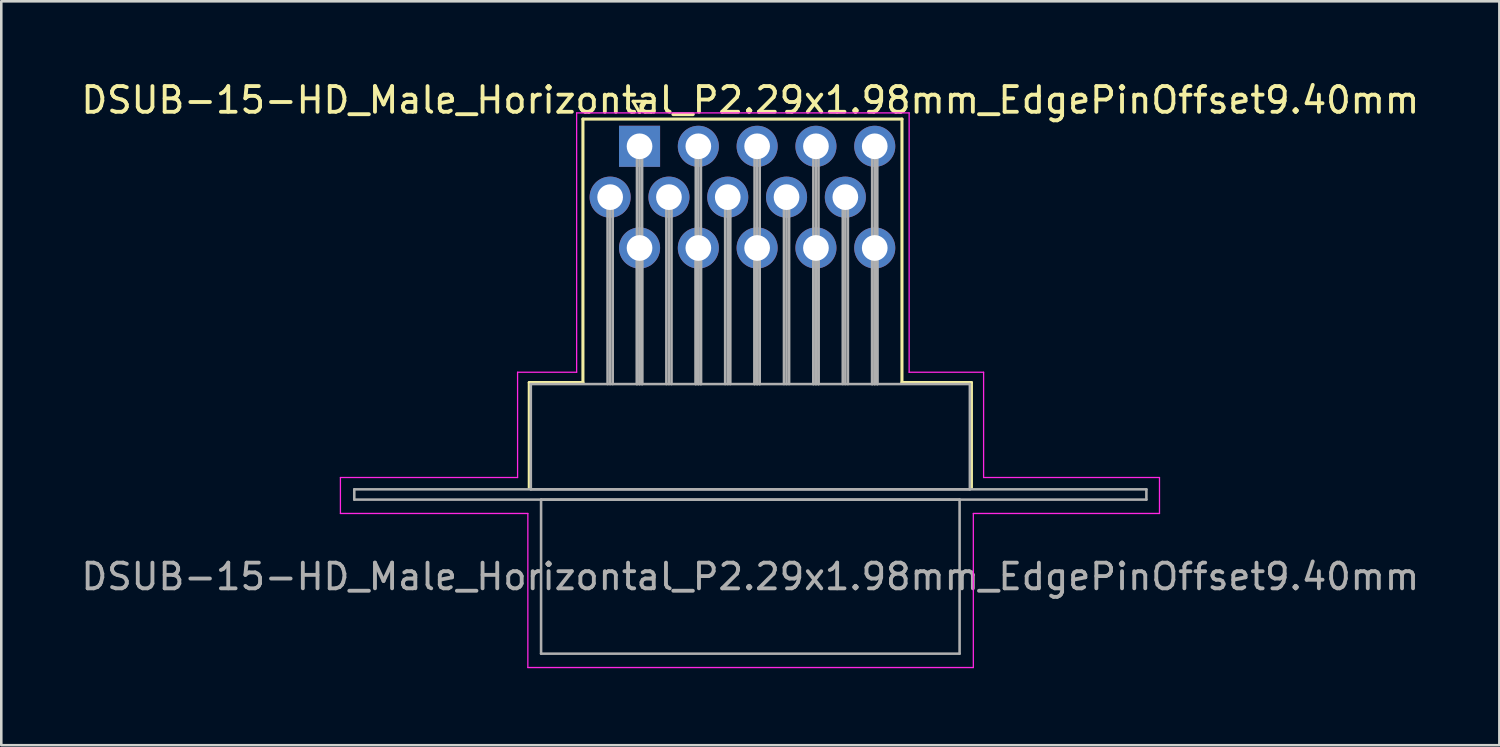
<source format=kicad_pcb>
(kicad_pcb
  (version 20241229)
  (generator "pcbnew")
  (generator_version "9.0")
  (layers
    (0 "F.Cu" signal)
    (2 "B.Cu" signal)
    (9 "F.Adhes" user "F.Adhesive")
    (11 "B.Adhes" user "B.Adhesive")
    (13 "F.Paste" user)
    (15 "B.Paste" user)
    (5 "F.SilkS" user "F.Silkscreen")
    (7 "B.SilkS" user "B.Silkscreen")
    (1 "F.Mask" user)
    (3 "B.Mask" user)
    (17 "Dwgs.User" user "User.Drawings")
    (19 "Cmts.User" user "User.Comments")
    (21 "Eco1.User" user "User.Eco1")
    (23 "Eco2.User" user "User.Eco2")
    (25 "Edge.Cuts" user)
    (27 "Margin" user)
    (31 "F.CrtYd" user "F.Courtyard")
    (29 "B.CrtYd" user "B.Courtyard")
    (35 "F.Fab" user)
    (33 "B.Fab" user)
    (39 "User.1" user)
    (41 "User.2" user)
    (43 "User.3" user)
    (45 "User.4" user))
  (footprint "DSUB-15-HD_Male_Horizontal_P2.29x1.98mm_EdgePinOffset9.40mm"
    (layer "F.Cu")
    (at 21.858 2.648)
    (property "Reference" "DSUB-15-HD_Male_Horizontal_P2.29x1.98mm_EdgePinOffset9.40mm" (at 4.315 -1.8 0) (layer "F.SilkS") (effects (font (size 1 1) (thickness 0.15))))
    (attr through_hole)
    (fp_line (start -4.295 9.2) (end -2.205 9.2) (stroke (width 0.12) (type solid)) (layer "F.SilkS"))
    (fp_line (start -4.295 13.3) (end -4.295 9.2) (stroke (width 0.12) (type solid)) (layer "F.SilkS"))
    (fp_line (start -2.205 -1.06) (end 10.22 -1.06) (stroke (width 0.12) (type solid)) (layer "F.SilkS"))
    (fp_line (start -2.205 9.2) (end -2.205 -1.06) (stroke (width 0.12) (type solid)) (layer "F.SilkS"))
    (fp_line (start -0.25 -1.754) (end 0.25 -1.754) (stroke (width 0.12) (type solid)) (layer "F.SilkS"))
    (fp_line (start 0 -1.321) (end -0.25 -1.754) (stroke (width 0.12) (type solid)) (layer "F.SilkS"))
    (fp_line (start 0.25 -1.754) (end 0 -1.321) (stroke (width 0.12) (type solid)) (layer "F.SilkS"))
    (fp_line (start 10.22 -1.06) (end 10.22 9.2) (stroke (width 0.12) (type solid)) (layer "F.SilkS"))
    (fp_line (start 10.22 9.2) (end 12.925 9.2) (stroke (width 0.12) (type solid)) (layer "F.SilkS"))
    (fp_line (start 12.925 9.2) (end 12.925 13.3) (stroke (width 0.12) (type solid)) (layer "F.SilkS"))
    (fp_line (start -11.65 12.9) (end -4.75 12.9) (stroke (width 0.05) (type solid)) (layer "F.CrtYd"))
    (fp_line (start -11.65 14.3) (end -11.65 12.9) (stroke (width 0.05) (type solid)) (layer "F.CrtYd"))
    (fp_line (start -4.75 8.8) (end -2.45 8.8) (stroke (width 0.05) (type solid)) (layer "F.CrtYd"))
    (fp_line (start -4.75 12.9) (end -4.75 8.8) (stroke (width 0.05) (type solid)) (layer "F.CrtYd"))
    (fp_line (start -4.35 14.3) (end -11.65 14.3) (stroke (width 0.05) (type solid)) (layer "F.CrtYd"))
    (fp_line (start -4.35 20.3) (end -4.35 14.3) (stroke (width 0.05) (type solid)) (layer "F.CrtYd"))
    (fp_line (start -2.45 -1.3) (end 10.5 -1.3) (stroke (width 0.05) (type solid)) (layer "F.CrtYd"))
    (fp_line (start -2.45 8.8) (end -2.45 -1.3) (stroke (width 0.05) (type solid)) (layer "F.CrtYd"))
    (fp_line (start 10.5 -1.3) (end 10.5 8.8) (stroke (width 0.05) (type solid)) (layer "F.CrtYd"))
    (fp_line (start 10.5 8.8) (end 13.4 8.8) (stroke (width 0.05) (type solid)) (layer "F.CrtYd"))
    (fp_line (start 13 14.3) (end 13 20.3) (stroke (width 0.05) (type solid)) (layer "F.CrtYd"))
    (fp_line (start 13 20.3) (end -4.35 20.3) (stroke (width 0.05) (type solid)) (layer "F.CrtYd"))
    (fp_line (start 13.4 8.8) (end 13.4 12.9) (stroke (width 0.05) (type solid)) (layer "F.CrtYd"))
    (fp_line (start 13.4 12.9) (end 20.25 12.9) (stroke (width 0.05) (type solid)) (layer "F.CrtYd"))
    (fp_line (start 20.25 12.9) (end 20.25 14.3) (stroke (width 0.05) (type solid)) (layer "F.CrtYd"))
    (fp_line (start 20.25 14.3) (end 13 14.3) (stroke (width 0.05) (type solid)) (layer "F.CrtYd"))
    (fp_line (start -11.11 13.36) (end -11.11 13.76) (stroke (width 0.1) (type solid)) (layer "F.Fab"))
    (fp_line (start -11.11 13.76) (end 19.74 13.76) (stroke (width 0.1) (type solid)) (layer "F.Fab"))
    (fp_line (start -4.235 9.26) (end -4.235 13.36) (stroke (width 0.1) (type solid)) (layer "F.Fab"))
    (fp_line (start -4.235 13.36) (end 12.865 13.36) (stroke (width 0.1) (type solid)) (layer "F.Fab"))
    (fp_line (start -3.835 13.76) (end -3.835 19.76) (stroke (width 0.1) (type solid)) (layer "F.Fab"))
    (fp_line (start -3.835 19.76) (end 12.465 19.76) (stroke (width 0.1) (type solid)) (layer "F.Fab"))
    (fp_line (start -1.245 1.98) (end -1.245 9.26) (stroke (width 0.1) (type solid)) (layer "F.Fab"))
    (fp_line (start -1.145 1.98) (end -1.145 9.26) (stroke (width 0.1) (type solid)) (layer "F.Fab"))
    (fp_line (start -1.045 1.98) (end -1.045 9.26) (stroke (width 0.1) (type solid)) (layer "F.Fab"))
    (fp_line (start -0.1 0) (end -0.1 9.26) (stroke (width 0.1) (type solid)) (layer "F.Fab"))
    (fp_line (start -0.1 3.96) (end -0.1 9.26) (stroke (width 0.1) (type solid)) (layer "F.Fab"))
    (fp_line (start 0 0) (end 0 9.26) (stroke (width 0.1) (type solid)) (layer "F.Fab"))
    (fp_line (start 0 3.96) (end 0 9.26) (stroke (width 0.1) (type solid)) (layer "F.Fab"))
    (fp_line (start 0.1 0) (end 0.1 9.26) (stroke (width 0.1) (type solid)) (layer "F.Fab"))
    (fp_line (start 0.1 3.96) (end 0.1 9.26) (stroke (width 0.1) (type solid)) (layer "F.Fab"))
    (fp_line (start 1.045 1.98) (end 1.045 9.26) (stroke (width 0.1) (type solid)) (layer "F.Fab"))
    (fp_line (start 1.145 1.98) (end 1.145 9.26) (stroke (width 0.1) (type solid)) (layer "F.Fab"))
    (fp_line (start 1.245 1.98) (end 1.245 9.26) (stroke (width 0.1) (type solid)) (layer "F.Fab"))
    (fp_line (start 2.19 0) (end 2.19 9.26) (stroke (width 0.1) (type solid)) (layer "F.Fab"))
    (fp_line (start 2.19 3.96) (end 2.19 9.26) (stroke (width 0.1) (type solid)) (layer "F.Fab"))
    (fp_line (start 2.29 0) (end 2.29 9.26) (stroke (width 0.1) (type solid)) (layer "F.Fab"))
    (fp_line (start 2.29 3.96) (end 2.29 9.26) (stroke (width 0.1) (type solid)) (layer "F.Fab"))
    (fp_line (start 2.39 0) (end 2.39 9.26) (stroke (width 0.1) (type solid)) (layer "F.Fab"))
    (fp_line (start 2.39 3.96) (end 2.39 9.26) (stroke (width 0.1) (type solid)) (layer "F.Fab"))
    (fp_line (start 3.335 1.98) (end 3.335 9.26) (stroke (width 0.1) (type solid)) (layer "F.Fab"))
    (fp_line (start 3.435 1.98) (end 3.435 9.26) (stroke (width 0.1) (type solid)) (layer "F.Fab"))
    (fp_line (start 3.535 1.98) (end 3.535 9.26) (stroke (width 0.1) (type solid)) (layer "F.Fab"))
    (fp_line (start 4.48 0) (end 4.48 9.26) (stroke (width 0.1) (type solid)) (layer "F.Fab"))
    (fp_line (start 4.48 3.96) (end 4.48 9.26) (stroke (width 0.1) (type solid)) (layer "F.Fab"))
    (fp_line (start 4.58 0) (end 4.58 9.26) (stroke (width 0.1) (type solid)) (layer "F.Fab"))
    (fp_line (start 4.58 3.96) (end 4.58 9.26) (stroke (width 0.1) (type solid)) (layer "F.Fab"))
    (fp_line (start 4.68 0) (end 4.68 9.26) (stroke (width 0.1) (type solid)) (layer "F.Fab"))
    (fp_line (start 4.68 3.96) (end 4.68 9.26) (stroke (width 0.1) (type solid)) (layer "F.Fab"))
    (fp_line (start 5.625 1.98) (end 5.625 9.26) (stroke (width 0.1) (type solid)) (layer "F.Fab"))
    (fp_line (start 5.725 1.98) (end 5.725 9.26) (stroke (width 0.1) (type solid)) (layer "F.Fab"))
    (fp_line (start 5.825 1.98) (end 5.825 9.26) (stroke (width 0.1) (type solid)) (layer "F.Fab"))
    (fp_line (start 6.77 0) (end 6.77 9.26) (stroke (width 0.1) (type solid)) (layer "F.Fab"))
    (fp_line (start 6.77 3.96) (end 6.77 9.26) (stroke (width 0.1) (type solid)) (layer "F.Fab"))
    (fp_line (start 6.87 0) (end 6.87 9.26) (stroke (width 0.1) (type solid)) (layer "F.Fab"))
    (fp_line (start 6.87 3.96) (end 6.87 9.26) (stroke (width 0.1) (type solid)) (layer "F.Fab"))
    (fp_line (start 6.97 0) (end 6.97 9.26) (stroke (width 0.1) (type solid)) (layer "F.Fab"))
    (fp_line (start 6.97 3.96) (end 6.97 9.26) (stroke (width 0.1) (type solid)) (layer "F.Fab"))
    (fp_line (start 7.915 1.98) (end 7.915 9.26) (stroke (width 0.1) (type solid)) (layer "F.Fab"))
    (fp_line (start 8.015 1.98) (end 8.015 9.26) (stroke (width 0.1) (type solid)) (layer "F.Fab"))
    (fp_line (start 8.115 1.98) (end 8.115 9.26) (stroke (width 0.1) (type solid)) (layer "F.Fab"))
    (fp_line (start 9.06 0) (end 9.06 9.26) (stroke (width 0.1) (type solid)) (layer "F.Fab"))
    (fp_line (start 9.06 3.96) (end 9.06 9.26) (stroke (width 0.1) (type solid)) (layer "F.Fab"))
    (fp_line (start 9.16 0) (end 9.16 9.26) (stroke (width 0.1) (type solid)) (layer "F.Fab"))
    (fp_line (start 9.16 3.96) (end 9.16 9.26) (stroke (width 0.1) (type solid)) (layer "F.Fab"))
    (fp_line (start 9.26 0) (end 9.26 9.26) (stroke (width 0.1) (type solid)) (layer "F.Fab"))
    (fp_line (start 9.26 3.96) (end 9.26 9.26) (stroke (width 0.1) (type solid)) (layer "F.Fab"))
    (fp_line (start 12.465 13.76) (end -3.835 13.76) (stroke (width 0.1) (type solid)) (layer "F.Fab"))
    (fp_line (start 12.465 19.76) (end 12.465 13.76) (stroke (width 0.1) (type solid)) (layer "F.Fab"))
    (fp_line (start 12.865 9.26) (end -4.235 9.26) (stroke (width 0.1) (type solid)) (layer "F.Fab"))
    (fp_line (start 12.865 13.36) (end 12.865 9.26) (stroke (width 0.1) (type solid)) (layer "F.Fab"))
    (fp_line (start 19.74 13.36) (end -11.11 13.36) (stroke (width 0.1) (type solid)) (layer "F.Fab"))
    (fp_line (start 19.74 13.76) (end 19.74 13.36) (stroke (width 0.1) (type solid)) (layer "F.Fab"))
    (fp_text user "${REFERENCE}" (at 4.315 16.76 0) (layer "F.Fab") (effects (font (size 1 1) (thickness 0.15))))
    (pad "1" thru_hole rect (at 0 0) (size 1.6 1.6) (drill 1) (layers "*.Cu" "*.Mask"))
    (pad "2" thru_hole circle (at 2.29 0) (size 1.6 1.6) (drill 1) (layers "*.Cu" "*.Mask"))
    (pad "3" thru_hole circle (at 4.58 0) (size 1.6 1.6) (drill 1) (layers "*.Cu" "*.Mask"))
    (pad "4" thru_hole circle (at 6.87 0) (size 1.6 1.6) (drill 1) (layers "*.Cu" "*.Mask"))
    (pad "5" thru_hole circle (at 9.16 0) (size 1.6 1.6) (drill 1) (layers "*.Cu" "*.Mask"))
    (pad "6" thru_hole circle (at -1.145 1.98) (size 1.6 1.6) (drill 1) (layers "*.Cu" "*.Mask"))
    (pad "7" thru_hole circle (at 1.145 1.98) (size 1.6 1.6) (drill 1) (layers "*.Cu" "*.Mask"))
    (pad "8" thru_hole circle (at 3.435 1.98) (size 1.6 1.6) (drill 1) (layers "*.Cu" "*.Mask"))
    (pad "9" thru_hole circle (at 5.725 1.98) (size 1.6 1.6) (drill 1) (layers "*.Cu" "*.Mask"))
    (pad "10" thru_hole circle (at 8.015 1.98) (size 1.6 1.6) (drill 1) (layers "*.Cu" "*.Mask"))
    (pad "11" thru_hole circle (at 0 3.96) (size 1.6 1.6) (drill 1) (layers "*.Cu" "*.Mask"))
    (pad "12" thru_hole circle (at 2.29 3.96) (size 1.6 1.6) (drill 1) (layers "*.Cu" "*.Mask"))
    (pad "13" thru_hole circle (at 4.58 3.96) (size 1.6 1.6) (drill 1) (layers "*.Cu" "*.Mask"))
    (pad "14" thru_hole circle (at 6.87 3.96) (size 1.6 1.6) (drill 1) (layers "*.Cu" "*.Mask"))
    (pad "15" thru_hole circle (at 9.16 3.96) (size 1.6 1.6) (drill 1) (layers "*.Cu" "*.Mask")))
  (gr_rect
    (start -3 -3)
    (end 55.345 25.973)
    (stroke (width 0.1) (type default))
    (fill no)
    (layer "Edge.Cuts")))
</source>
